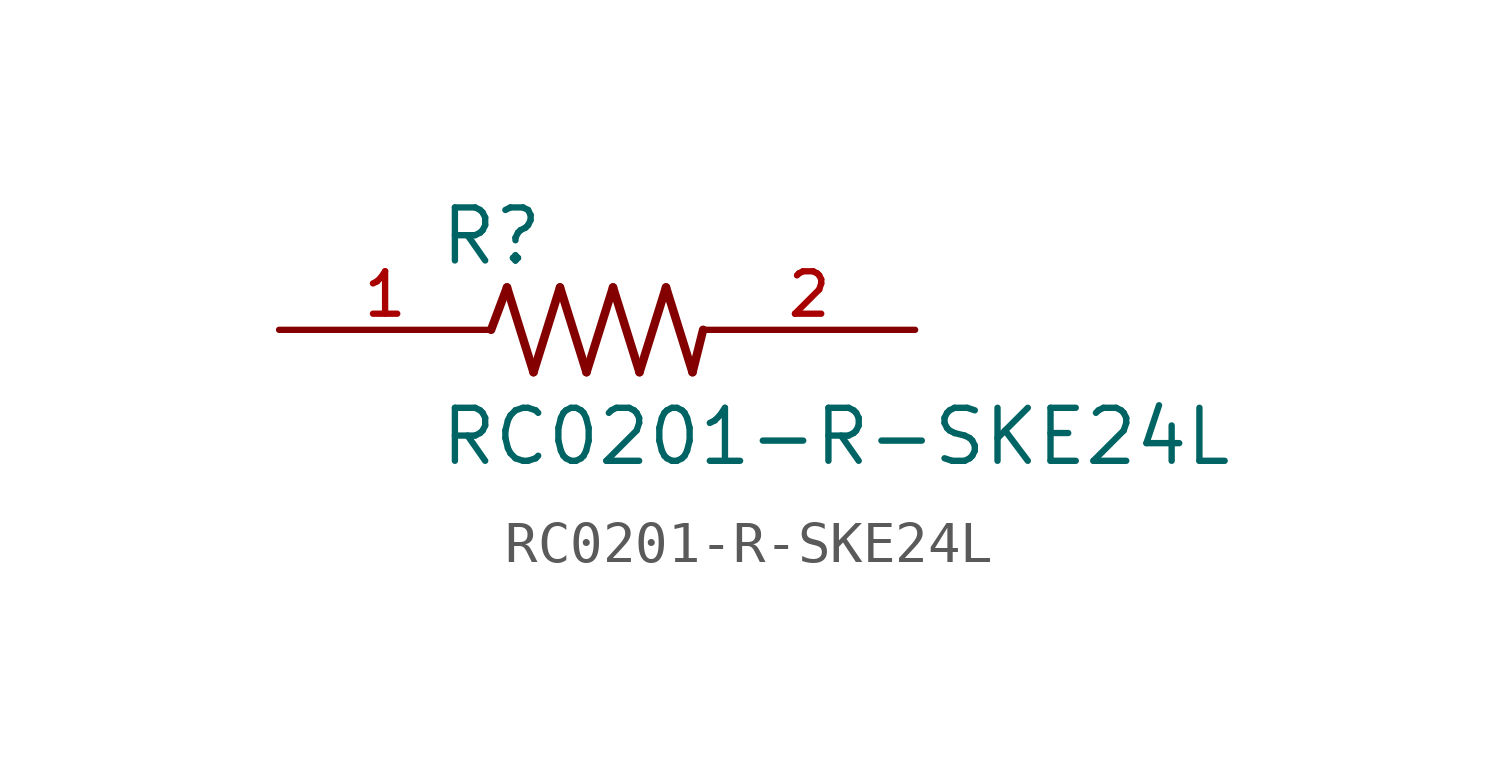
<source format=kicad_sym>
(kicad_symbol_lib
  (version 20211014)
  (generator kicad_symbol_editor)
  (symbol "RC0201-R-SKE24L"
    (pin_names
      (offset 1.016))
    (property "Reference" "R"
      (at -3.81 1.499 0)
      (effects (font (size 1.27 1.27)) (justify bottom left)))
    (property "Value" "RC0201-R-SKE24L"
      (at -3.81 -3.302 0)
      (effects (font (size 1.27 1.27)) (justify bottom left)))
    (symbol "RC0201-R-SKE24L_0_0"
      (polyline (pts (xy -2.54 0.0) (xy -2.159 1.016)) (stroke (width 0.203)))
      (polyline (pts (xy -2.159 1.016) (xy -1.524 -1.016)) (stroke (width 0.203)))
      (polyline (pts (xy -1.524 -1.016) (xy -0.889 1.016)) (stroke (width 0.203)))
      (polyline (pts (xy -0.889 1.016) (xy -0.254 -1.016)) (stroke (width 0.203)))
      (polyline (pts (xy -0.254 -1.016) (xy 0.381 1.016)) (stroke (width 0.203)))
      (polyline (pts (xy 0.381 1.016) (xy 1.016 -1.016)) (stroke (width 0.203)))
      (polyline (pts (xy 1.016 -1.016) (xy 1.651 1.016)) (stroke (width 0.203)))
      (polyline (pts (xy 1.651 1.016) (xy 2.286 -1.016)) (stroke (width 0.203)))
      (polyline (pts (xy 2.286 -1.016) (xy 2.54 0.0)) (stroke (width 0.203)))
      (pin passive line (at 7.62 0.0 180.0) (length 5.08) (name "~" (effects (font (size 1.016 1.016)))) (number "2" (effects (font (size 1.016 1.016)))))
      (pin passive line (at -7.62 0.0 0) (length 5.08) (name "~" (effects (font (size 1.016 1.016)))) (number "1" (effects (font (size 1.016 1.016))))))))
</source>
